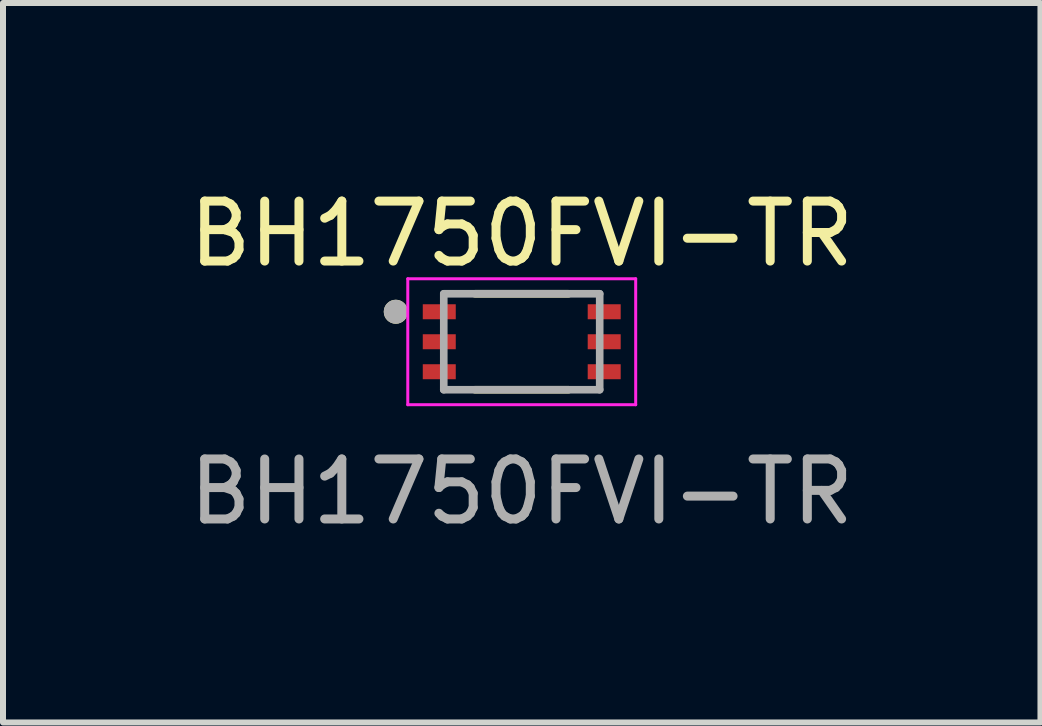
<source format=kicad_pcb>
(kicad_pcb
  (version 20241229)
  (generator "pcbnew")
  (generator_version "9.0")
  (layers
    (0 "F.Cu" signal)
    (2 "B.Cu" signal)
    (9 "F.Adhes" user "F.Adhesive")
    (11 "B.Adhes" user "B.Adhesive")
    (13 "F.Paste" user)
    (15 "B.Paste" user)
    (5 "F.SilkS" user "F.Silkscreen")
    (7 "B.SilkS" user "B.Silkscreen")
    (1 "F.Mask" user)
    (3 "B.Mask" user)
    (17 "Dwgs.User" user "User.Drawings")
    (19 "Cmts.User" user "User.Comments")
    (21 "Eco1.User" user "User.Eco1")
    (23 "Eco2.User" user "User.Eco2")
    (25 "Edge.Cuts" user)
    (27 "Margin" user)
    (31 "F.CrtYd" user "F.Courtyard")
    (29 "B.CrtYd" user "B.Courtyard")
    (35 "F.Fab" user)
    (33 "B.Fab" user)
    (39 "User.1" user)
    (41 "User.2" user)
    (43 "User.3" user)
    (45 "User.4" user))
  (footprint "BH1750FVI-TR"
    (layer "F.Cu")
    (at 5.649 2.648)
    (property "Reference" "BH1750FVI-TR" (at 0 -1.8 0) (unlocked yes) (layer "F.SilkS") (effects (font (size 1 1) (thickness 0.15))))
    (attr smd)
    (fp_line (start -0.78 0.8) (end 0.78 0.8) (stroke (width 0.127) (type solid)) (layer "F.SilkS"))
    (fp_line (start 0.78 -0.8) (end -0.78 -0.8) (stroke (width 0.127) (type solid)) (layer "F.SilkS"))
    (fp_circle (center -2.1 -0.5) (end -2 -0.5) (stroke (width 0.2) (type solid)) (fill no) (layer "F.SilkS"))
    (fp_line (start -1.9 -1.05) (end 1.9 -1.05) (stroke (width 0.05) (type solid)) (layer "F.CrtYd"))
    (fp_line (start -1.9 1.05) (end -1.9 -1.05) (stroke (width 0.05) (type solid)) (layer "F.CrtYd"))
    (fp_line (start 1.9 -1.05) (end 1.9 1.05) (stroke (width 0.05) (type solid)) (layer "F.CrtYd"))
    (fp_line (start 1.9 1.05) (end -1.9 1.05) (stroke (width 0.05) (type solid)) (layer "F.CrtYd"))
    (fp_line (start -1.3 -0.8) (end -1.3 0.8) (stroke (width 0.127) (type solid)) (layer "F.Fab"))
    (fp_line (start -1.3 0.8) (end 1.3 0.8) (stroke (width 0.127) (type solid)) (layer "F.Fab"))
    (fp_line (start 1.3 -0.8) (end -1.3 -0.8) (stroke (width 0.127) (type solid)) (layer "F.Fab"))
    (fp_line (start 1.3 0.8) (end 1.3 -0.8) (stroke (width 0.127) (type solid)) (layer "F.Fab"))
    (fp_circle (center -2.1 -0.5) (end -2 -0.5) (stroke (width 0.2) (type solid)) (fill no) (layer "F.Fab"))
    (fp_text user "${REFERENCE}" (at 0 2.5 0) (unlocked yes) (layer "F.Fab") (effects (font (size 1 1) (thickness 0.15))))
    (pad "1" smd rect (at -1.375 -0.5) (size 0.55 0.25) (layers "F.Cu" "F.Mask" "F.Paste"))
    (pad "2" smd rect (at -1.375 0) (size 0.55 0.25) (layers "F.Cu" "F.Mask" "F.Paste"))
    (pad "3" smd rect (at -1.375 0.5) (size 0.55 0.25) (layers "F.Cu" "F.Mask" "F.Paste"))
    (pad "4" smd rect (at 1.375 0.5) (size 0.55 0.25) (layers "F.Cu" "F.Mask" "F.Paste"))
    (pad "5" smd rect (at 1.375 0) (size 0.55 0.25) (layers "F.Cu" "F.Mask" "F.Paste"))
    (pad "6" smd rect (at 1.375 -0.5) (size 0.55 0.25) (layers "F.Cu" "F.Mask" "F.Paste")))
  (gr_rect
    (start -3 -3)
    (end 14.298 8.996)
    (stroke (width 0.1) (type default))
    (fill no)
    (layer "Edge.Cuts")))
</source>
